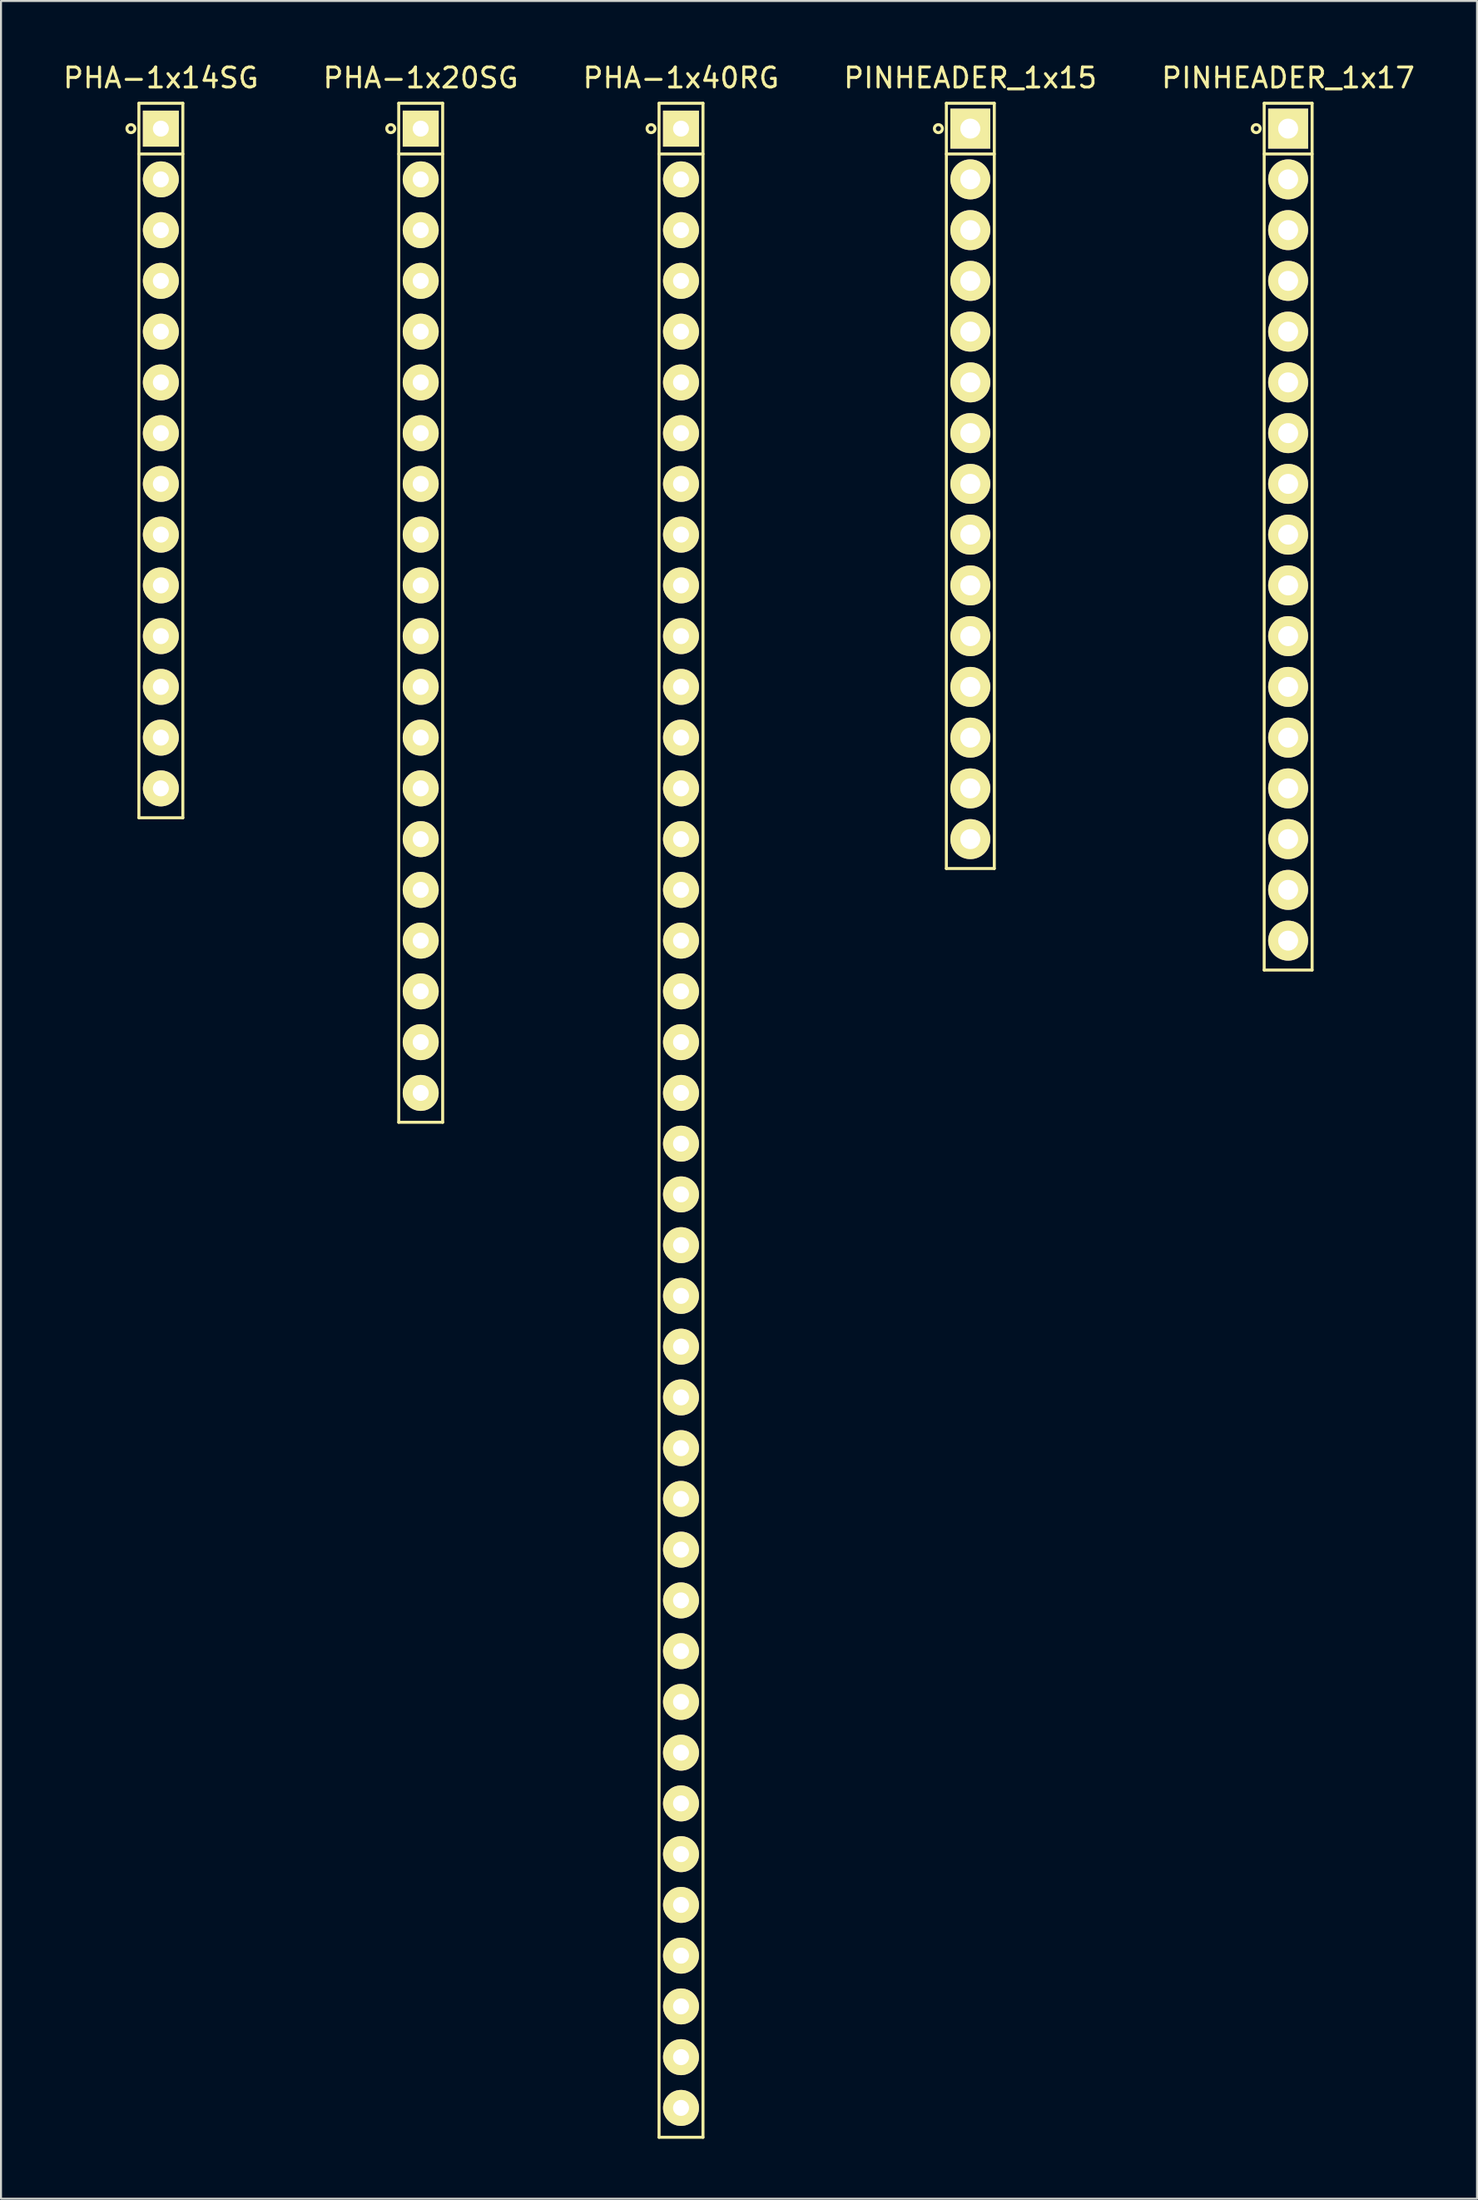
<source format=kicad_pcb>
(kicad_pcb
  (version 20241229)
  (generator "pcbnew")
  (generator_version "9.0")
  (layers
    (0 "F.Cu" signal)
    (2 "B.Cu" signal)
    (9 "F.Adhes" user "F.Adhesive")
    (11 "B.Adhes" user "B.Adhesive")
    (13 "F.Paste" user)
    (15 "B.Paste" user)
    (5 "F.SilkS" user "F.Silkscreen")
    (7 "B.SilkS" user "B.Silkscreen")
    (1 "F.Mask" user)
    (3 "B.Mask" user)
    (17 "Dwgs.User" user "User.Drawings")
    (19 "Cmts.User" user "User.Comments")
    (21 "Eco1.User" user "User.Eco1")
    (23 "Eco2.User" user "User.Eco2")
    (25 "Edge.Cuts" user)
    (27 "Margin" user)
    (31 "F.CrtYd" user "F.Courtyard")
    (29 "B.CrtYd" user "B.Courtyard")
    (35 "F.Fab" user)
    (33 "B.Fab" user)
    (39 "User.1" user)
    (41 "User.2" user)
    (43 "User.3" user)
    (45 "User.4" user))
  (footprint "PHA-1x20SG"
    (layer "F.Cu")
    (at 18.018 3.388)
    (property "Reference" "PHA-1x20SG" (at 0 -2.54 0) (layer "F.SilkS") (effects (font (size 1 1) (thickness 0.15))))
    (attr through_hole)
    (fp_line (start -1.1 -1.27) (end 1.1 -1.27) (stroke (width 0.15) (type solid)) (layer "F.SilkS"))
    (fp_line (start -1.1 1.27) (end 1.1 1.27) (stroke (width 0.15) (type solid)) (layer "F.SilkS"))
    (fp_line (start -1.1 49.73) (end -1.1 -1.27) (stroke (width 0.15) (type solid)) (layer "F.SilkS"))
    (fp_line (start 1.1 -1.27) (end 1.1 49.73) (stroke (width 0.15) (type solid)) (layer "F.SilkS"))
    (fp_line (start 1.1 49.73) (end -1.1 49.73) (stroke (width 0.15) (type solid)) (layer "F.SilkS"))
    (fp_circle (center -1.5 0) (end -1.5 0.2) (stroke (width 0.15) (type solid)) (fill no) (layer "F.SilkS"))
    (pad "1" thru_hole rect (at 0 0) (size 1.8 1.8) (drill 0.8) (layers "*.Cu" "*.Mask" "F.SilkS"))
    (pad "2" thru_hole circle (at 0 2.54) (size 1.8 1.8) (drill 0.8) (layers "*.Cu" "*.Mask" "F.SilkS"))
    (pad "3" thru_hole circle (at 0 5.08) (size 1.8 1.8) (drill 0.8) (layers "*.Cu" "*.Mask" "F.SilkS"))
    (pad "4" thru_hole circle (at 0 7.62) (size 1.8 1.8) (drill 0.8) (layers "*.Cu" "*.Mask" "F.SilkS"))
    (pad "5" thru_hole circle (at 0 10.16) (size 1.8 1.8) (drill 0.8) (layers "*.Cu" "*.Mask" "F.SilkS"))
    (pad "6" thru_hole circle (at 0 12.7) (size 1.8 1.8) (drill 0.8) (layers "*.Cu" "*.Mask" "F.SilkS"))
    (pad "7" thru_hole circle (at 0 15.24) (size 1.8 1.8) (drill 0.8) (layers "*.Cu" "*.Mask" "F.SilkS"))
    (pad "8" thru_hole circle (at 0 17.78) (size 1.8 1.8) (drill 0.8) (layers "*.Cu" "*.Mask" "F.SilkS"))
    (pad "9" thru_hole circle (at 0 20.32) (size 1.8 1.8) (drill 0.8) (layers "*.Cu" "*.Mask" "F.SilkS"))
    (pad "10" thru_hole circle (at 0 22.86) (size 1.8 1.8) (drill 0.8) (layers "*.Cu" "*.Mask" "F.SilkS"))
    (pad "11" thru_hole circle (at 0 25.4) (size 1.8 1.8) (drill 0.8) (layers "*.Cu" "*.Mask" "F.SilkS"))
    (pad "12" thru_hole circle (at 0 27.94) (size 1.8 1.8) (drill 0.8) (layers "*.Cu" "*.Mask" "F.SilkS"))
    (pad "13" thru_hole circle (at 0 30.48) (size 1.8 1.8) (drill 0.8) (layers "*.Cu" "*.Mask" "F.SilkS"))
    (pad "14" thru_hole circle (at 0 33.02) (size 1.8 1.8) (drill 0.8) (layers "*.Cu" "*.Mask" "F.SilkS"))
    (pad "15" thru_hole circle (at 0 35.56) (size 1.8 1.8) (drill 0.8) (layers "*.Cu" "*.Mask" "F.SilkS"))
    (pad "16" thru_hole circle (at 0 38.1) (size 1.8 1.8) (drill 0.8) (layers "*.Cu" "*.Mask" "F.SilkS"))
    (pad "17" thru_hole circle (at 0 40.64) (size 1.8 1.8) (drill 0.8) (layers "*.Cu" "*.Mask" "F.SilkS"))
    (pad "18" thru_hole circle (at 0 43.18) (size 1.8 1.8) (drill 0.8) (layers "*.Cu" "*.Mask" "F.SilkS"))
    (pad "19" thru_hole circle (at 0 45.72) (size 1.8 1.8) (drill 0.8) (layers "*.Cu" "*.Mask" "F.SilkS"))
    (pad "20" thru_hole circle (at 0 48.26) (size 1.8 1.8) (drill 0.8) (layers "*.Cu" "*.Mask" "F.SilkS")))
  (footprint "PHA-1x40RG"
    (layer "F.Cu")
    (at 31.054 3.388)
    (property "Reference" "PHA-1x40RG" (at 0 -2.54 0) (layer "F.SilkS") (effects (font (size 1 1) (thickness 0.15))))
    (attr through_hole)
    (fp_line (start -1.1 -1.27) (end 1.1 -1.27) (stroke (width 0.15) (type solid)) (layer "F.SilkS"))
    (fp_line (start -1.1 1.27) (end 1.1 1.27) (stroke (width 0.15) (type solid)) (layer "F.SilkS"))
    (fp_line (start -1.1 100.53) (end -1.1 -1.27) (stroke (width 0.15) (type solid)) (layer "F.SilkS"))
    (fp_line (start 1.1 -1.27) (end 1.1 100.53) (stroke (width 0.15) (type solid)) (layer "F.SilkS"))
    (fp_line (start 1.1 100.53) (end -1.1 100.53) (stroke (width 0.15) (type solid)) (layer "F.SilkS"))
    (fp_circle (center -1.5 0) (end -1.5 0.2) (stroke (width 0.15) (type solid)) (fill no) (layer "F.SilkS"))
    (pad "1" thru_hole rect (at 0 0) (size 1.8 1.8) (drill 0.8) (layers "*.Cu" "*.Mask" "F.SilkS"))
    (pad "2" thru_hole circle (at 0 2.54) (size 1.8 1.8) (drill 0.8) (layers "*.Cu" "*.Mask" "F.SilkS"))
    (pad "3" thru_hole circle (at 0 5.08) (size 1.8 1.8) (drill 0.8) (layers "*.Cu" "*.Mask" "F.SilkS"))
    (pad "4" thru_hole circle (at 0 7.62) (size 1.8 1.8) (drill 0.8) (layers "*.Cu" "*.Mask" "F.SilkS"))
    (pad "5" thru_hole circle (at 0 10.16) (size 1.8 1.8) (drill 0.8) (layers "*.Cu" "*.Mask" "F.SilkS"))
    (pad "6" thru_hole circle (at 0 12.7) (size 1.8 1.8) (drill 0.8) (layers "*.Cu" "*.Mask" "F.SilkS"))
    (pad "7" thru_hole circle (at 0 15.24) (size 1.8 1.8) (drill 0.8) (layers "*.Cu" "*.Mask" "F.SilkS"))
    (pad "8" thru_hole circle (at 0 17.78) (size 1.8 1.8) (drill 0.8) (layers "*.Cu" "*.Mask" "F.SilkS"))
    (pad "9" thru_hole circle (at 0 20.32) (size 1.8 1.8) (drill 0.8) (layers "*.Cu" "*.Mask" "F.SilkS"))
    (pad "10" thru_hole circle (at 0 22.86) (size 1.8 1.8) (drill 0.8) (layers "*.Cu" "*.Mask" "F.SilkS"))
    (pad "11" thru_hole circle (at 0 25.4) (size 1.8 1.8) (drill 0.8) (layers "*.Cu" "*.Mask" "F.SilkS"))
    (pad "12" thru_hole circle (at 0 27.94) (size 1.8 1.8) (drill 0.8) (layers "*.Cu" "*.Mask" "F.SilkS"))
    (pad "13" thru_hole circle (at 0 30.48) (size 1.8 1.8) (drill 0.8) (layers "*.Cu" "*.Mask" "F.SilkS"))
    (pad "14" thru_hole circle (at 0 33.02) (size 1.8 1.8) (drill 0.8) (layers "*.Cu" "*.Mask" "F.SilkS"))
    (pad "15" thru_hole circle (at 0 35.56) (size 1.8 1.8) (drill 0.8) (layers "*.Cu" "*.Mask" "F.SilkS"))
    (pad "16" thru_hole circle (at 0 38.1) (size 1.8 1.8) (drill 0.8) (layers "*.Cu" "*.Mask" "F.SilkS"))
    (pad "17" thru_hole circle (at 0 40.64) (size 1.8 1.8) (drill 0.8) (layers "*.Cu" "*.Mask" "F.SilkS"))
    (pad "18" thru_hole circle (at 0 43.18) (size 1.8 1.8) (drill 0.8) (layers "*.Cu" "*.Mask" "F.SilkS"))
    (pad "19" thru_hole circle (at 0 45.72) (size 1.8 1.8) (drill 0.8) (layers "*.Cu" "*.Mask" "F.SilkS"))
    (pad "20" thru_hole circle (at 0 48.26) (size 1.8 1.8) (drill 0.8) (layers "*.Cu" "*.Mask" "F.SilkS"))
    (pad "21" thru_hole circle (at 0 50.8) (size 1.8 1.8) (drill 0.8) (layers "*.Cu" "*.Mask" "F.SilkS"))
    (pad "22" thru_hole circle (at 0 53.34) (size 1.8 1.8) (drill 0.8) (layers "*.Cu" "*.Mask" "F.SilkS"))
    (pad "23" thru_hole circle (at 0 55.88) (size 1.8 1.8) (drill 0.8) (layers "*.Cu" "*.Mask" "F.SilkS"))
    (pad "24" thru_hole circle (at 0 58.42) (size 1.8 1.8) (drill 0.8) (layers "*.Cu" "*.Mask" "F.SilkS"))
    (pad "25" thru_hole circle (at 0 60.96) (size 1.8 1.8) (drill 0.8) (layers "*.Cu" "*.Mask" "F.SilkS"))
    (pad "26" thru_hole circle (at 0 63.5) (size 1.8 1.8) (drill 0.8) (layers "*.Cu" "*.Mask" "F.SilkS"))
    (pad "27" thru_hole circle (at 0 66.04) (size 1.8 1.8) (drill 0.8) (layers "*.Cu" "*.Mask" "F.SilkS"))
    (pad "28" thru_hole circle (at 0 68.58) (size 1.8 1.8) (drill 0.8) (layers "*.Cu" "*.Mask" "F.SilkS"))
    (pad "29" thru_hole circle (at 0 71.12) (size 1.8 1.8) (drill 0.8) (layers "*.Cu" "*.Mask" "F.SilkS"))
    (pad "30" thru_hole circle (at 0 73.66) (size 1.8 1.8) (drill 0.8) (layers "*.Cu" "*.Mask" "F.SilkS"))
    (pad "31" thru_hole circle (at 0 76.2) (size 1.8 1.8) (drill 0.8) (layers "*.Cu" "*.Mask" "F.SilkS"))
    (pad "32" thru_hole circle (at 0 78.74) (size 1.8 1.8) (drill 0.8) (layers "*.Cu" "*.Mask" "F.SilkS"))
    (pad "33" thru_hole circle (at 0 81.28) (size 1.8 1.8) (drill 0.8) (layers "*.Cu" "*.Mask" "F.SilkS"))
    (pad "34" thru_hole circle (at 0 83.82) (size 1.8 1.8) (drill 0.8) (layers "*.Cu" "*.Mask" "F.SilkS"))
    (pad "35" thru_hole circle (at 0 86.36) (size 1.8 1.8) (drill 0.8) (layers "*.Cu" "*.Mask" "F.SilkS"))
    (pad "36" thru_hole circle (at 0 88.9) (size 1.8 1.8) (drill 0.8) (layers "*.Cu" "*.Mask" "F.SilkS"))
    (pad "37" thru_hole circle (at 0 91.44) (size 1.8 1.8) (drill 0.8) (layers "*.Cu" "*.Mask" "F.SilkS"))
    (pad "38" thru_hole circle (at 0 93.98) (size 1.8 1.8) (drill 0.8) (layers "*.Cu" "*.Mask" "F.SilkS"))
    (pad "39" thru_hole circle (at 0 96.52) (size 1.8 1.8) (drill 0.8) (layers "*.Cu" "*.Mask" "F.SilkS"))
    (pad "40" thru_hole circle (at 0 99.06) (size 1.8 1.8) (drill 0.8) (layers "*.Cu" "*.Mask" "F.SilkS")))
  (footprint "PINHEADER_1x15"
    (layer "F.Cu")
    (at 45.542 3.388)
    (property "Reference" "PINHEADER_1x15" (at 0 -2.54 0) (layer "F.SilkS") (effects (font (size 1 1) (thickness 0.15))))
    (attr through_hole)
    (fp_line (start -1.2 -1.27) (end 1.2 -1.27) (stroke (width 0.15) (type solid)) (layer "F.SilkS"))
    (fp_line (start -1.2 1.27) (end 1.2 1.27) (stroke (width 0.15) (type solid)) (layer "F.SilkS"))
    (fp_line (start -1.2 37.03) (end -1.2 -1.27) (stroke (width 0.15) (type solid)) (layer "F.SilkS"))
    (fp_line (start 1.2 -1.27) (end 1.2 37.03) (stroke (width 0.15) (type solid)) (layer "F.SilkS"))
    (fp_line (start 1.2 37.03) (end -1.2 37.03) (stroke (width 0.15) (type solid)) (layer "F.SilkS"))
    (fp_circle (center -1.6 0) (end -1.6 0.2) (stroke (width 0.15) (type solid)) (fill no) (layer "F.SilkS"))
    (pad "1" thru_hole rect (at 0 0) (size 2 2) (drill 1) (layers "*.Cu" "*.Mask" "F.SilkS"))
    (pad "2" thru_hole circle (at 0 2.54) (size 2 2) (drill 1) (layers "*.Cu" "*.Mask" "F.SilkS"))
    (pad "3" thru_hole circle (at 0 5.08) (size 2 2) (drill 1) (layers "*.Cu" "*.Mask" "F.SilkS"))
    (pad "4" thru_hole circle (at 0 7.62) (size 2 2) (drill 1) (layers "*.Cu" "*.Mask" "F.SilkS"))
    (pad "5" thru_hole circle (at 0 10.16) (size 2 2) (drill 1) (layers "*.Cu" "*.Mask" "F.SilkS"))
    (pad "6" thru_hole circle (at 0 12.7) (size 2 2) (drill 1) (layers "*.Cu" "*.Mask" "F.SilkS"))
    (pad "7" thru_hole circle (at 0 15.24) (size 2 2) (drill 1) (layers "*.Cu" "*.Mask" "F.SilkS"))
    (pad "8" thru_hole circle (at 0 17.78) (size 2 2) (drill 1) (layers "*.Cu" "*.Mask" "F.SilkS"))
    (pad "9" thru_hole circle (at 0 20.32) (size 2 2) (drill 1) (layers "*.Cu" "*.Mask" "F.SilkS"))
    (pad "10" thru_hole circle (at 0 22.86) (size 2 2) (drill 1) (layers "*.Cu" "*.Mask" "F.SilkS"))
    (pad "11" thru_hole circle (at 0 25.4) (size 2 2) (drill 1) (layers "*.Cu" "*.Mask" "F.SilkS"))
    (pad "12" thru_hole circle (at 0 27.94) (size 2 2) (drill 1) (layers "*.Cu" "*.Mask" "F.SilkS"))
    (pad "13" thru_hole circle (at 0 30.48) (size 2 2) (drill 1) (layers "*.Cu" "*.Mask" "F.SilkS"))
    (pad "14" thru_hole circle (at 0 33.02) (size 2 2) (drill 1) (layers "*.Cu" "*.Mask" "F.SilkS"))
    (pad "15" thru_hole circle (at 0 35.56) (size 2 2) (drill 1) (layers "*.Cu" "*.Mask" "F.SilkS")))
  (footprint "PHA-1x14SG"
    (layer "F.Cu")
    (at 5.006 3.388)
    (property "Reference" "PHA-1x14SG" (at 0 -2.54 0) (layer "F.SilkS") (effects (font (size 1 1) (thickness 0.15))))
    (attr through_hole)
    (fp_line (start -1.1 -1.27) (end 1.1 -1.27) (stroke (width 0.15) (type solid)) (layer "F.SilkS"))
    (fp_line (start -1.1 1.27) (end 1.1 1.27) (stroke (width 0.15) (type solid)) (layer "F.SilkS"))
    (fp_line (start -1.1 34.49) (end -1.1 -1.27) (stroke (width 0.15) (type solid)) (layer "F.SilkS"))
    (fp_line (start 1.1 -1.27) (end 1.1 34.49) (stroke (width 0.15) (type solid)) (layer "F.SilkS"))
    (fp_line (start 1.1 34.49) (end -1.1 34.49) (stroke (width 0.15) (type solid)) (layer "F.SilkS"))
    (fp_circle (center -1.5 0) (end -1.5 0.2) (stroke (width 0.15) (type solid)) (fill no) (layer "F.SilkS"))
    (pad "1" thru_hole rect (at 0 0) (size 1.8 1.8) (drill 0.8) (layers "*.Cu" "*.Mask" "F.SilkS"))
    (pad "2" thru_hole circle (at 0 2.54) (size 1.8 1.8) (drill 0.8) (layers "*.Cu" "*.Mask" "F.SilkS"))
    (pad "3" thru_hole circle (at 0 5.08) (size 1.8 1.8) (drill 0.8) (layers "*.Cu" "*.Mask" "F.SilkS"))
    (pad "4" thru_hole circle (at 0 7.62) (size 1.8 1.8) (drill 0.8) (layers "*.Cu" "*.Mask" "F.SilkS"))
    (pad "5" thru_hole circle (at 0 10.16) (size 1.8 1.8) (drill 0.8) (layers "*.Cu" "*.Mask" "F.SilkS"))
    (pad "6" thru_hole circle (at 0 12.7) (size 1.8 1.8) (drill 0.8) (layers "*.Cu" "*.Mask" "F.SilkS"))
    (pad "7" thru_hole circle (at 0 15.24) (size 1.8 1.8) (drill 0.8) (layers "*.Cu" "*.Mask" "F.SilkS"))
    (pad "8" thru_hole circle (at 0 17.78) (size 1.8 1.8) (drill 0.8) (layers "*.Cu" "*.Mask" "F.SilkS"))
    (pad "9" thru_hole circle (at 0 20.32) (size 1.8 1.8) (drill 0.8) (layers "*.Cu" "*.Mask" "F.SilkS"))
    (pad "10" thru_hole circle (at 0 22.86) (size 1.8 1.8) (drill 0.8) (layers "*.Cu" "*.Mask" "F.SilkS"))
    (pad "11" thru_hole circle (at 0 25.4) (size 1.8 1.8) (drill 0.8) (layers "*.Cu" "*.Mask" "F.SilkS"))
    (pad "12" thru_hole circle (at 0 27.94) (size 1.8 1.8) (drill 0.8) (layers "*.Cu" "*.Mask" "F.SilkS"))
    (pad "13" thru_hole circle (at 0 30.48) (size 1.8 1.8) (drill 0.8) (layers "*.Cu" "*.Mask" "F.SilkS"))
    (pad "14" thru_hole circle (at 0 33.02) (size 1.8 1.8) (drill 0.8) (layers "*.Cu" "*.Mask" "F.SilkS")))
  (footprint "PINHEADER_1x17"
    (layer "F.Cu")
    (at 61.458 3.388)
    (property "Reference" "PINHEADER_1x17" (at 0 -2.54 0) (layer "F.SilkS") (effects (font (size 1 1) (thickness 0.15))))
    (attr through_hole)
    (fp_line (start -1.2 -1.27) (end 1.2 -1.27) (stroke (width 0.15) (type solid)) (layer "F.SilkS"))
    (fp_line (start -1.2 1.27) (end 1.2 1.27) (stroke (width 0.15) (type solid)) (layer "F.SilkS"))
    (fp_line (start -1.2 42.11) (end -1.2 -1.27) (stroke (width 0.15) (type solid)) (layer "F.SilkS"))
    (fp_line (start 1.2 -1.27) (end 1.2 42.11) (stroke (width 0.15) (type solid)) (layer "F.SilkS"))
    (fp_line (start 1.2 42.11) (end -1.2 42.11) (stroke (width 0.15) (type solid)) (layer "F.SilkS"))
    (fp_circle (center -1.6 0) (end -1.6 0.2) (stroke (width 0.15) (type solid)) (fill no) (layer "F.SilkS"))
    (pad "1" thru_hole rect (at 0 0) (size 2 2) (drill 1) (layers "*.Cu" "*.Mask" "F.SilkS"))
    (pad "2" thru_hole circle (at 0 2.54) (size 2 2) (drill 1) (layers "*.Cu" "*.Mask" "F.SilkS"))
    (pad "3" thru_hole circle (at 0 5.08) (size 2 2) (drill 1) (layers "*.Cu" "*.Mask" "F.SilkS"))
    (pad "4" thru_hole circle (at 0 7.62) (size 2 2) (drill 1) (layers "*.Cu" "*.Mask" "F.SilkS"))
    (pad "5" thru_hole circle (at 0 10.16) (size 2 2) (drill 1) (layers "*.Cu" "*.Mask" "F.SilkS"))
    (pad "6" thru_hole circle (at 0 12.7) (size 2 2) (drill 1) (layers "*.Cu" "*.Mask" "F.SilkS"))
    (pad "7" thru_hole circle (at 0 15.24) (size 2 2) (drill 1) (layers "*.Cu" "*.Mask" "F.SilkS"))
    (pad "8" thru_hole circle (at 0 17.78) (size 2 2) (drill 1) (layers "*.Cu" "*.Mask" "F.SilkS"))
    (pad "9" thru_hole circle (at 0 20.32) (size 2 2) (drill 1) (layers "*.Cu" "*.Mask" "F.SilkS"))
    (pad "10" thru_hole circle (at 0 22.86) (size 2 2) (drill 1) (layers "*.Cu" "*.Mask" "F.SilkS"))
    (pad "11" thru_hole circle (at 0 25.4) (size 2 2) (drill 1) (layers "*.Cu" "*.Mask" "F.SilkS"))
    (pad "12" thru_hole circle (at 0 27.94) (size 2 2) (drill 1) (layers "*.Cu" "*.Mask" "F.SilkS"))
    (pad "13" thru_hole circle (at 0 30.48) (size 2 2) (drill 1) (layers "*.Cu" "*.Mask" "F.SilkS"))
    (pad "14" thru_hole circle (at 0 33.02) (size 2 2) (drill 1) (layers "*.Cu" "*.Mask" "F.SilkS"))
    (pad "15" thru_hole circle (at 0 35.56) (size 2 2) (drill 1) (layers "*.Cu" "*.Mask" "F.SilkS"))
    (pad "16" thru_hole circle (at 0 38.1) (size 2 2) (drill 1) (layers "*.Cu" "*.Mask" "F.SilkS"))
    (pad "17" thru_hole circle (at 0 40.64) (size 2 2) (drill 1) (layers "*.Cu" "*.Mask" "F.SilkS")))
  (gr_rect
    (start -3 -3)
    (end 70.917 106.993)
    (stroke (width 0.1) (type default))
    (fill no)
    (layer "Edge.Cuts")))
</source>
